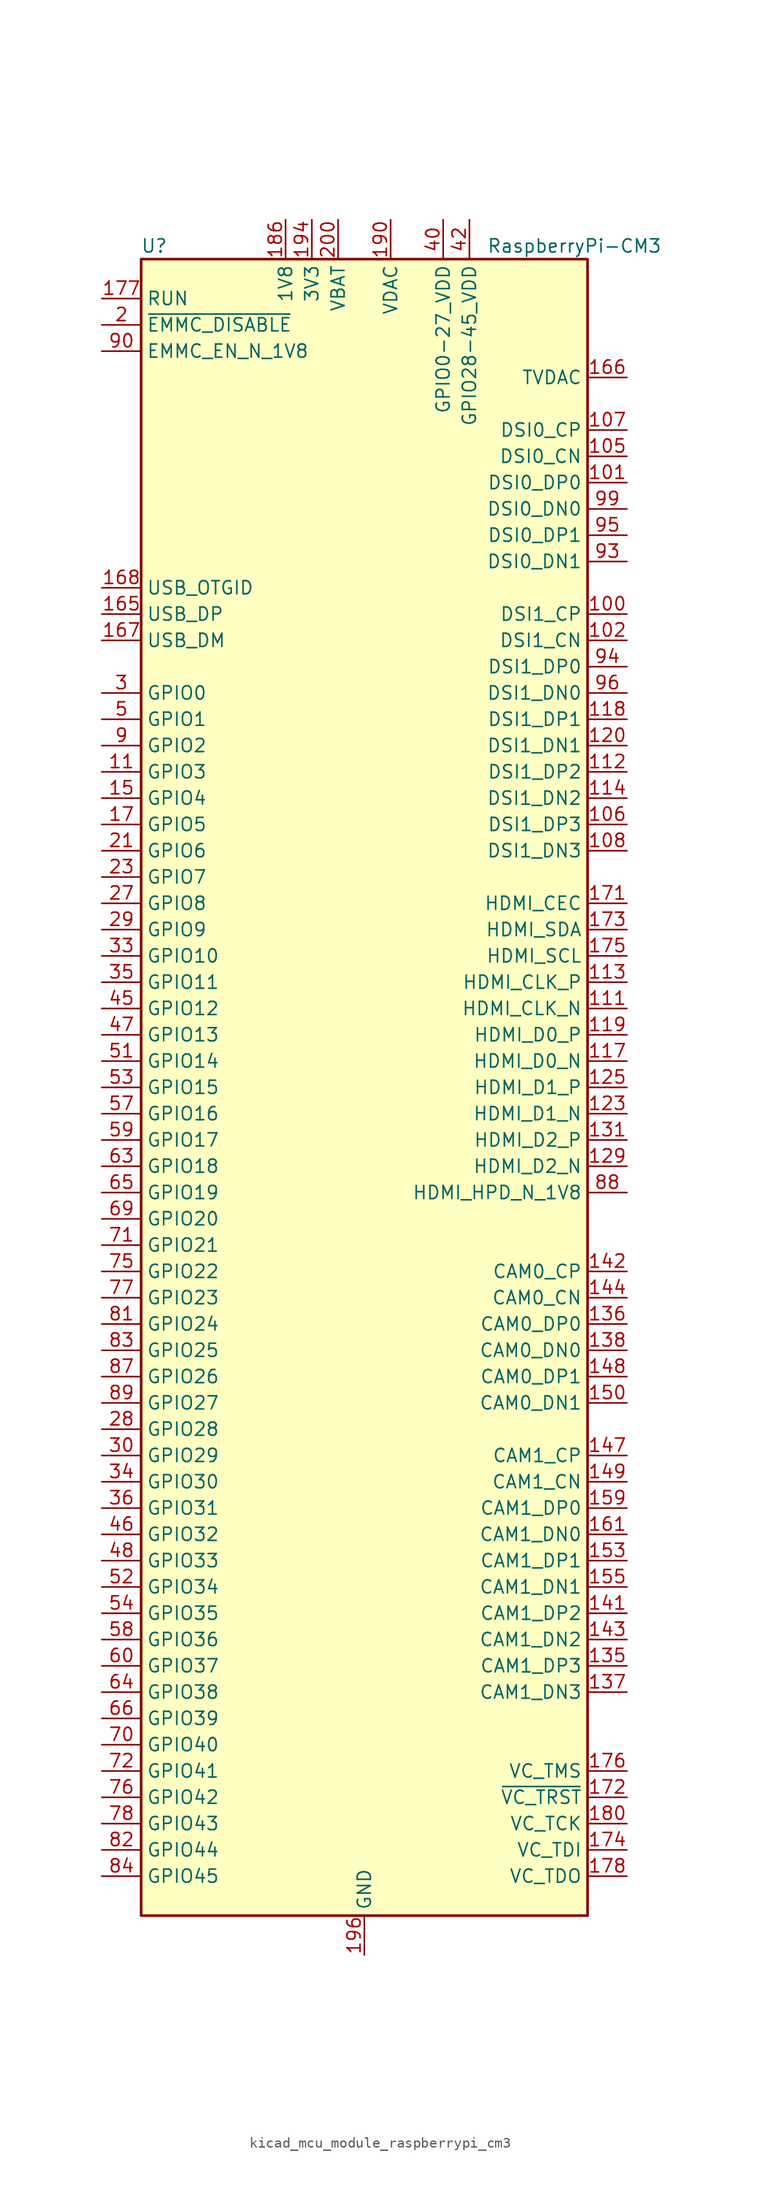
<source format=kicad_sym>
(kicad_symbol_lib
  (version 20220914)
  (generator kicad_symbol_editor)
  (symbol "kicad_mcu_module_raspberrypi_cm3"
    (property "Reference" "U"
      (at -20.32 81.28 0)
      (effects (font (size 1.27 1.27))))
    (property "Value" "RaspberryPi-CM3"
      (at 20.32 81.28 0)
      (effects (font (size 1.27 1.27))))
    (symbol "kicad_mcu_module_raspberrypi_cm3_0_1"
      (rectangle (start -21.59 80.01) (end 21.59 -80.01) (stroke (width 0.254) (type default)) (fill (type background))))
    (symbol "kicad_mcu_module_raspberrypi_cm3_1_1"
      (pin passive line (at 0 -83.82 90) (length 3.81) hide (name "GND" (effects (font (size 1.27 1.27)))) (number "1" (effects (font (size 1.27 1.27)))))
      (pin no_connect line (at -20.32 66.04 0) (length 2.54) hide (name "NC" (effects (font (size 1.27 1.27)))) (number "10" (effects (font (size 1.27 1.27)))))
      (pin output line (at 25.4 45.72 180) (length 3.81) (name "DSI1_CP" (effects (font (size 1.27 1.27)))) (number "100" (effects (font (size 1.27 1.27)))))
      (pin output line (at 25.4 58.42 180) (length 3.81) (name "DSI0_DP0" (effects (font (size 1.27 1.27)))) (number "101" (effects (font (size 1.27 1.27)))))
      (pin output line (at 25.4 43.18 180) (length 3.81) (name "DSI1_CN" (effects (font (size 1.27 1.27)))) (number "102" (effects (font (size 1.27 1.27)))))
      (pin passive line (at 0 -83.82 90) (length 3.81) hide (name "GND" (effects (font (size 1.27 1.27)))) (number "103" (effects (font (size 1.27 1.27)))))
      (pin passive line (at 0 -83.82 90) (length 3.81) hide (name "GND" (effects (font (size 1.27 1.27)))) (number "104" (effects (font (size 1.27 1.27)))))
      (pin output line (at 25.4 60.96 180) (length 3.81) (name "DSI0_CN" (effects (font (size 1.27 1.27)))) (number "105" (effects (font (size 1.27 1.27)))))
      (pin output line (at 25.4 25.4 180) (length 3.81) (name "DSI1_DP3" (effects (font (size 1.27 1.27)))) (number "106" (effects (font (size 1.27 1.27)))))
      (pin output line (at 25.4 63.5 180) (length 3.81) (name "DSI0_CP" (effects (font (size 1.27 1.27)))) (number "107" (effects (font (size 1.27 1.27)))))
      (pin output line (at 25.4 22.86 180) (length 3.81) (name "DSI1_DN3" (effects (font (size 1.27 1.27)))) (number "108" (effects (font (size 1.27 1.27)))))
      (pin passive line (at 0 -83.82 90) (length 3.81) hide (name "GND" (effects (font (size 1.27 1.27)))) (number "109" (effects (font (size 1.27 1.27)))))
      (pin bidirectional line (at -25.4 30.48 0) (length 3.81) (name "GPIO3" (effects (font (size 1.27 1.27)))) (number "11" (effects (font (size 1.27 1.27)))))
      (pin passive line (at 0 -83.82 90) (length 3.81) hide (name "GND" (effects (font (size 1.27 1.27)))) (number "110" (effects (font (size 1.27 1.27)))))
      (pin output line (at 25.4 7.62 180) (length 3.81) (name "HDMI_CLK_N" (effects (font (size 1.27 1.27)))) (number "111" (effects (font (size 1.27 1.27)))))
      (pin output line (at 25.4 30.48 180) (length 3.81) (name "DSI1_DP2" (effects (font (size 1.27 1.27)))) (number "112" (effects (font (size 1.27 1.27)))))
      (pin output line (at 25.4 10.16 180) (length 3.81) (name "HDMI_CLK_P" (effects (font (size 1.27 1.27)))) (number "113" (effects (font (size 1.27 1.27)))))
      (pin output line (at 25.4 27.94 180) (length 3.81) (name "DSI1_DN2" (effects (font (size 1.27 1.27)))) (number "114" (effects (font (size 1.27 1.27)))))
      (pin passive line (at 0 -83.82 90) (length 3.81) hide (name "GND" (effects (font (size 1.27 1.27)))) (number "115" (effects (font (size 1.27 1.27)))))
      (pin passive line (at 0 -83.82 90) (length 3.81) hide (name "GND" (effects (font (size 1.27 1.27)))) (number "116" (effects (font (size 1.27 1.27)))))
      (pin output line (at 25.4 2.54 180) (length 3.81) (name "HDMI_D0_N" (effects (font (size 1.27 1.27)))) (number "117" (effects (font (size 1.27 1.27)))))
      (pin output line (at 25.4 35.56 180) (length 3.81) (name "DSI1_DP1" (effects (font (size 1.27 1.27)))) (number "118" (effects (font (size 1.27 1.27)))))
      (pin output line (at 25.4 5.08 180) (length 3.81) (name "HDMI_D0_P" (effects (font (size 1.27 1.27)))) (number "119" (effects (font (size 1.27 1.27)))))
      (pin no_connect line (at -20.32 63.5 0) (length 2.54) hide (name "NC" (effects (font (size 1.27 1.27)))) (number "12" (effects (font (size 1.27 1.27)))))
      (pin output line (at 25.4 33.02 180) (length 3.81) (name "DSI1_DN1" (effects (font (size 1.27 1.27)))) (number "120" (effects (font (size 1.27 1.27)))))
      (pin passive line (at 0 -83.82 90) (length 3.81) hide (name "GND" (effects (font (size 1.27 1.27)))) (number "121" (effects (font (size 1.27 1.27)))))
      (pin passive line (at 0 -83.82 90) (length 3.81) hide (name "GND" (effects (font (size 1.27 1.27)))) (number "122" (effects (font (size 1.27 1.27)))))
      (pin output line (at 25.4 -2.54 180) (length 3.81) (name "HDMI_D1_N" (effects (font (size 1.27 1.27)))) (number "123" (effects (font (size 1.27 1.27)))))
      (pin no_connect line (at 20.32 76.2 180) (length 2.54) hide (name "NC" (effects (font (size 1.27 1.27)))) (number "124" (effects (font (size 1.27 1.27)))))
      (pin output line (at 25.4 0 180) (length 3.81) (name "HDMI_D1_P" (effects (font (size 1.27 1.27)))) (number "125" (effects (font (size 1.27 1.27)))))
      (pin no_connect line (at 20.32 73.66 180) (length 2.54) hide (name "NC" (effects (font (size 1.27 1.27)))) (number "126" (effects (font (size 1.27 1.27)))))
      (pin passive line (at 0 -83.82 90) (length 3.81) hide (name "GND" (effects (font (size 1.27 1.27)))) (number "127" (effects (font (size 1.27 1.27)))))
      (pin no_connect line (at 20.32 71.12 180) (length 2.54) hide (name "NC" (effects (font (size 1.27 1.27)))) (number "128" (effects (font (size 1.27 1.27)))))
      (pin output line (at 25.4 -7.62 180) (length 3.81) (name "HDMI_D2_N" (effects (font (size 1.27 1.27)))) (number "129" (effects (font (size 1.27 1.27)))))
      (pin passive line (at 0 -83.82 90) (length 3.81) hide (name "GND" (effects (font (size 1.27 1.27)))) (number "13" (effects (font (size 1.27 1.27)))))
      (pin no_connect line (at 20.32 66.04 180) (length 2.54) hide (name "NC" (effects (font (size 1.27 1.27)))) (number "130" (effects (font (size 1.27 1.27)))))
      (pin output line (at 25.4 -5.08 180) (length 3.81) (name "HDMI_D2_P" (effects (font (size 1.27 1.27)))) (number "131" (effects (font (size 1.27 1.27)))))
      (pin no_connect line (at 20.32 48.26 180) (length 2.54) hide (name "NC" (effects (font (size 1.27 1.27)))) (number "132" (effects (font (size 1.27 1.27)))))
      (pin passive line (at 0 -83.82 90) (length 3.81) hide (name "GND" (effects (font (size 1.27 1.27)))) (number "133" (effects (font (size 1.27 1.27)))))
      (pin passive line (at 0 -83.82 90) (length 3.81) hide (name "GND" (effects (font (size 1.27 1.27)))) (number "134" (effects (font (size 1.27 1.27)))))
      (pin input line (at 25.4 -55.88 180) (length 3.81) (name "CAM1_DP3" (effects (font (size 1.27 1.27)))) (number "135" (effects (font (size 1.27 1.27)))))
      (pin input line (at 25.4 -22.86 180) (length 3.81) (name "CAM0_DP0" (effects (font (size 1.27 1.27)))) (number "136" (effects (font (size 1.27 1.27)))))
      (pin input line (at 25.4 -58.42 180) (length 3.81) (name "CAM1_DN3" (effects (font (size 1.27 1.27)))) (number "137" (effects (font (size 1.27 1.27)))))
      (pin input line (at 25.4 -25.4 180) (length 3.81) (name "CAM0_DN0" (effects (font (size 1.27 1.27)))) (number "138" (effects (font (size 1.27 1.27)))))
      (pin passive line (at 0 -83.82 90) (length 3.81) hide (name "GND" (effects (font (size 1.27 1.27)))) (number "139" (effects (font (size 1.27 1.27)))))
      (pin passive line (at 0 -83.82 90) (length 3.81) hide (name "GND" (effects (font (size 1.27 1.27)))) (number "14" (effects (font (size 1.27 1.27)))))
      (pin passive line (at 0 -83.82 90) (length 3.81) hide (name "GND" (effects (font (size 1.27 1.27)))) (number "140" (effects (font (size 1.27 1.27)))))
      (pin input line (at 25.4 -50.8 180) (length 3.81) (name "CAM1_DP2" (effects (font (size 1.27 1.27)))) (number "141" (effects (font (size 1.27 1.27)))))
      (pin input line (at 25.4 -17.78 180) (length 3.81) (name "CAM0_CP" (effects (font (size 1.27 1.27)))) (number "142" (effects (font (size 1.27 1.27)))))
      (pin input line (at 25.4 -53.34 180) (length 3.81) (name "CAM1_DN2" (effects (font (size 1.27 1.27)))) (number "143" (effects (font (size 1.27 1.27)))))
      (pin input line (at 25.4 -20.32 180) (length 3.81) (name "CAM0_CN" (effects (font (size 1.27 1.27)))) (number "144" (effects (font (size 1.27 1.27)))))
      (pin passive line (at 0 -83.82 90) (length 3.81) hide (name "GND" (effects (font (size 1.27 1.27)))) (number "145" (effects (font (size 1.27 1.27)))))
      (pin passive line (at 0 -83.82 90) (length 3.81) hide (name "GND" (effects (font (size 1.27 1.27)))) (number "146" (effects (font (size 1.27 1.27)))))
      (pin input line (at 25.4 -35.56 180) (length 3.81) (name "CAM1_CP" (effects (font (size 1.27 1.27)))) (number "147" (effects (font (size 1.27 1.27)))))
      (pin input line (at 25.4 -27.94 180) (length 3.81) (name "CAM0_DP1" (effects (font (size 1.27 1.27)))) (number "148" (effects (font (size 1.27 1.27)))))
      (pin input line (at 25.4 -38.1 180) (length 3.81) (name "CAM1_CN" (effects (font (size 1.27 1.27)))) (number "149" (effects (font (size 1.27 1.27)))))
      (pin bidirectional line (at -25.4 27.94 0) (length 3.81) (name "GPIO4" (effects (font (size 1.27 1.27)))) (number "15" (effects (font (size 1.27 1.27)))))
      (pin input line (at 25.4 -30.48 180) (length 3.81) (name "CAM0_DN1" (effects (font (size 1.27 1.27)))) (number "150" (effects (font (size 1.27 1.27)))))
      (pin passive line (at 0 -83.82 90) (length 3.81) hide (name "GND" (effects (font (size 1.27 1.27)))) (number "151" (effects (font (size 1.27 1.27)))))
      (pin passive line (at 0 -83.82 90) (length 3.81) hide (name "GND" (effects (font (size 1.27 1.27)))) (number "152" (effects (font (size 1.27 1.27)))))
      (pin input line (at 25.4 -45.72 180) (length 3.81) (name "CAM1_DP1" (effects (font (size 1.27 1.27)))) (number "153" (effects (font (size 1.27 1.27)))))
      (pin no_connect line (at 20.32 -15.24 180) (length 2.54) hide (name "NC" (effects (font (size 1.27 1.27)))) (number "154" (effects (font (size 1.27 1.27)))))
      (pin input line (at 25.4 -48.26 180) (length 3.81) (name "CAM1_DN1" (effects (font (size 1.27 1.27)))) (number "155" (effects (font (size 1.27 1.27)))))
      (pin no_connect line (at 20.32 -12.7 180) (length 2.54) hide (name "NC" (effects (font (size 1.27 1.27)))) (number "156" (effects (font (size 1.27 1.27)))))
      (pin passive line (at 0 -83.82 90) (length 3.81) hide (name "GND" (effects (font (size 1.27 1.27)))) (number "157" (effects (font (size 1.27 1.27)))))
      (pin no_connect line (at 20.32 20.32 180) (length 2.54) hide (name "NC" (effects (font (size 1.27 1.27)))) (number "158" (effects (font (size 1.27 1.27)))))
      (pin input line (at 25.4 -40.64 180) (length 3.81) (name "CAM1_DP0" (effects (font (size 1.27 1.27)))) (number "159" (effects (font (size 1.27 1.27)))))
      (pin no_connect line (at -20.32 60.96 0) (length 2.54) hide (name "NC" (effects (font (size 1.27 1.27)))) (number "16" (effects (font (size 1.27 1.27)))))
      (pin no_connect line (at 20.32 -60.96 180) (length 2.54) hide (name "NC" (effects (font (size 1.27 1.27)))) (number "160" (effects (font (size 1.27 1.27)))))
      (pin input line (at 25.4 -43.18 180) (length 3.81) (name "CAM1_DN0" (effects (font (size 1.27 1.27)))) (number "161" (effects (font (size 1.27 1.27)))))
      (pin no_connect line (at 20.32 -63.5 180) (length 2.54) hide (name "NC" (effects (font (size 1.27 1.27)))) (number "162" (effects (font (size 1.27 1.27)))))
      (pin passive line (at 0 -83.82 90) (length 3.81) hide (name "GND" (effects (font (size 1.27 1.27)))) (number "163" (effects (font (size 1.27 1.27)))))
      (pin passive line (at 0 -83.82 90) (length 3.81) hide (name "GND" (effects (font (size 1.27 1.27)))) (number "164" (effects (font (size 1.27 1.27)))))
      (pin bidirectional line (at -25.4 45.72 0) (length 3.81) (name "USB_DP" (effects (font (size 1.27 1.27)))) (number "165" (effects (font (size 1.27 1.27)))))
      (pin output line (at 25.4 68.58 180) (length 3.81) (name "TVDAC" (effects (font (size 1.27 1.27)))) (number "166" (effects (font (size 1.27 1.27)))))
      (pin bidirectional line (at -25.4 43.18 0) (length 3.81) (name "USB_DM" (effects (font (size 1.27 1.27)))) (number "167" (effects (font (size 1.27 1.27)))))
      (pin passive line (at -25.4 48.26 0) (length 3.81) (name "USB_OTGID" (effects (font (size 1.27 1.27)))) (number "168" (effects (font (size 1.27 1.27)))))
      (pin passive line (at 0 -83.82 90) (length 3.81) hide (name "GND" (effects (font (size 1.27 1.27)))) (number "169" (effects (font (size 1.27 1.27)))))
      (pin bidirectional line (at -25.4 25.4 0) (length 3.81) (name "GPIO5" (effects (font (size 1.27 1.27)))) (number "17" (effects (font (size 1.27 1.27)))))
      (pin passive line (at 0 -83.82 90) (length 3.81) hide (name "GND" (effects (font (size 1.27 1.27)))) (number "170" (effects (font (size 1.27 1.27)))))
      (pin bidirectional line (at 25.4 17.78 180) (length 3.81) (name "HDMI_CEC" (effects (font (size 1.27 1.27)))) (number "171" (effects (font (size 1.27 1.27)))))
      (pin input line (at 25.4 -68.58 180) (length 3.81) (name "~{VC_TRST}" (effects (font (size 1.27 1.27)))) (number "172" (effects (font (size 1.27 1.27)))))
      (pin bidirectional line (at 25.4 15.24 180) (length 3.81) (name "HDMI_SDA" (effects (font (size 1.27 1.27)))) (number "173" (effects (font (size 1.27 1.27)))))
      (pin input line (at 25.4 -73.66 180) (length 3.81) (name "VC_TDI" (effects (font (size 1.27 1.27)))) (number "174" (effects (font (size 1.27 1.27)))))
      (pin bidirectional line (at 25.4 12.7 180) (length 3.81) (name "HDMI_SCL" (effects (font (size 1.27 1.27)))) (number "175" (effects (font (size 1.27 1.27)))))
      (pin input line (at 25.4 -66.04 180) (length 3.81) (name "VC_TMS" (effects (font (size 1.27 1.27)))) (number "176" (effects (font (size 1.27 1.27)))))
      (pin input line (at -25.4 76.2 0) (length 3.81) (name "RUN" (effects (font (size 1.27 1.27)))) (number "177" (effects (font (size 1.27 1.27)))))
      (pin output line (at 25.4 -76.2 180) (length 3.81) (name "VC_TDO" (effects (font (size 1.27 1.27)))) (number "178" (effects (font (size 1.27 1.27)))))
      (pin no_connect line (at 0 78.74 270) (length 2.54) hide (name "VDD_CORE_(DO_NOT_CONNECT)" (effects (font (size 1.27 1.27)))) (number "179" (effects (font (size 1.27 1.27)))))
      (pin no_connect line (at -20.32 58.42 0) (length 2.54) hide (name "NC" (effects (font (size 1.27 1.27)))) (number "18" (effects (font (size 1.27 1.27)))))
      (pin input line (at 25.4 -71.12 180) (length 3.81) (name "VC_TCK" (effects (font (size 1.27 1.27)))) (number "180" (effects (font (size 1.27 1.27)))))
      (pin passive line (at 0 -83.82 90) (length 3.81) hide (name "GND" (effects (font (size 1.27 1.27)))) (number "181" (effects (font (size 1.27 1.27)))))
      (pin passive line (at 0 -83.82 90) (length 3.81) hide (name "GND" (effects (font (size 1.27 1.27)))) (number "182" (effects (font (size 1.27 1.27)))))
      (pin passive line (at -7.62 83.82 270) (length 3.81) hide (name "1V8" (effects (font (size 1.27 1.27)))) (number "183" (effects (font (size 1.27 1.27)))))
      (pin passive line (at -7.62 83.82 270) (length 3.81) hide (name "1V8" (effects (font (size 1.27 1.27)))) (number "184" (effects (font (size 1.27 1.27)))))
      (pin passive line (at -7.62 83.82 270) (length 3.81) hide (name "1V8" (effects (font (size 1.27 1.27)))) (number "185" (effects (font (size 1.27 1.27)))))
      (pin power_in line (at -7.62 83.82 270) (length 3.81) (name "1V8" (effects (font (size 1.27 1.27)))) (number "186" (effects (font (size 1.27 1.27)))))
      (pin passive line (at 0 -83.82 90) (length 3.81) hide (name "GND" (effects (font (size 1.27 1.27)))) (number "187" (effects (font (size 1.27 1.27)))))
      (pin passive line (at 0 -83.82 90) (length 3.81) hide (name "GND" (effects (font (size 1.27 1.27)))) (number "188" (effects (font (size 1.27 1.27)))))
      (pin passive line (at 2.54 83.82 270) (length 3.81) hide (name "VDAC" (effects (font (size 1.27 1.27)))) (number "189" (effects (font (size 1.27 1.27)))))
      (pin passive line (at 0 -83.82 90) (length 3.81) hide (name "GND" (effects (font (size 1.27 1.27)))) (number "19" (effects (font (size 1.27 1.27)))))
      (pin power_in line (at 2.54 83.82 270) (length 3.81) (name "VDAC" (effects (font (size 1.27 1.27)))) (number "190" (effects (font (size 1.27 1.27)))))
      (pin passive line (at -5.08 83.82 270) (length 3.81) hide (name "3V3" (effects (font (size 1.27 1.27)))) (number "191" (effects (font (size 1.27 1.27)))))
      (pin passive line (at -5.08 83.82 270) (length 3.81) hide (name "3V3" (effects (font (size 1.27 1.27)))) (number "192" (effects (font (size 1.27 1.27)))))
      (pin passive line (at -5.08 83.82 270) (length 3.81) hide (name "3V3" (effects (font (size 1.27 1.27)))) (number "193" (effects (font (size 1.27 1.27)))))
      (pin power_in line (at -5.08 83.82 270) (length 3.81) (name "3V3" (effects (font (size 1.27 1.27)))) (number "194" (effects (font (size 1.27 1.27)))))
      (pin passive line (at 0 -83.82 90) (length 3.81) hide (name "GND" (effects (font (size 1.27 1.27)))) (number "195" (effects (font (size 1.27 1.27)))))
      (pin power_out line (at 0 -83.82 90) (length 3.81) (name "GND" (effects (font (size 1.27 1.27)))) (number "196" (effects (font (size 1.27 1.27)))))
      (pin passive line (at -2.54 83.82 270) (length 3.81) hide (name "VBAT" (effects (font (size 1.27 1.27)))) (number "197" (effects (font (size 1.27 1.27)))))
      (pin passive line (at -2.54 83.82 270) (length 3.81) hide (name "VBAT" (effects (font (size 1.27 1.27)))) (number "198" (effects (font (size 1.27 1.27)))))
      (pin passive line (at -2.54 83.82 270) (length 3.81) hide (name "VBAT" (effects (font (size 1.27 1.27)))) (number "199" (effects (font (size 1.27 1.27)))))
      (pin input line (at -25.4 73.66 0) (length 3.81) (name "~{EMMC_DISABLE}" (effects (font (size 1.27 1.27)))) (number "2" (effects (font (size 1.27 1.27)))))
      (pin passive line (at 0 -83.82 90) (length 3.81) hide (name "GND" (effects (font (size 1.27 1.27)))) (number "20" (effects (font (size 1.27 1.27)))))
      (pin power_in line (at -2.54 83.82 270) (length 3.81) (name "VBAT" (effects (font (size 1.27 1.27)))) (number "200" (effects (font (size 1.27 1.27)))))
      (pin bidirectional line (at -25.4 22.86 0) (length 3.81) (name "GPIO6" (effects (font (size 1.27 1.27)))) (number "21" (effects (font (size 1.27 1.27)))))
      (pin no_connect line (at -20.32 55.88 0) (length 2.54) hide (name "NC" (effects (font (size 1.27 1.27)))) (number "22" (effects (font (size 1.27 1.27)))))
      (pin bidirectional line (at -25.4 20.32 0) (length 3.81) (name "GPIO7" (effects (font (size 1.27 1.27)))) (number "23" (effects (font (size 1.27 1.27)))))
      (pin no_connect line (at -20.32 53.34 0) (length 2.54) hide (name "NC" (effects (font (size 1.27 1.27)))) (number "24" (effects (font (size 1.27 1.27)))))
      (pin passive line (at 0 -83.82 90) (length 3.81) hide (name "GND" (effects (font (size 1.27 1.27)))) (number "25" (effects (font (size 1.27 1.27)))))
      (pin passive line (at 0 -83.82 90) (length 3.81) hide (name "GND" (effects (font (size 1.27 1.27)))) (number "26" (effects (font (size 1.27 1.27)))))
      (pin bidirectional line (at -25.4 17.78 0) (length 3.81) (name "GPIO8" (effects (font (size 1.27 1.27)))) (number "27" (effects (font (size 1.27 1.27)))))
      (pin bidirectional line (at -25.4 -33.02 0) (length 3.81) (name "GPIO28" (effects (font (size 1.27 1.27)))) (number "28" (effects (font (size 1.27 1.27)))))
      (pin bidirectional line (at -25.4 15.24 0) (length 3.81) (name "GPIO9" (effects (font (size 1.27 1.27)))) (number "29" (effects (font (size 1.27 1.27)))))
      (pin bidirectional line (at -25.4 38.1 0) (length 3.81) (name "GPIO0" (effects (font (size 1.27 1.27)))) (number "3" (effects (font (size 1.27 1.27)))))
      (pin bidirectional line (at -25.4 -35.56 0) (length 3.81) (name "GPIO29" (effects (font (size 1.27 1.27)))) (number "30" (effects (font (size 1.27 1.27)))))
      (pin passive line (at 0 -83.82 90) (length 3.81) hide (name "GND" (effects (font (size 1.27 1.27)))) (number "31" (effects (font (size 1.27 1.27)))))
      (pin passive line (at 0 -83.82 90) (length 3.81) hide (name "GND" (effects (font (size 1.27 1.27)))) (number "32" (effects (font (size 1.27 1.27)))))
      (pin bidirectional line (at -25.4 12.7 0) (length 3.81) (name "GPIO10" (effects (font (size 1.27 1.27)))) (number "33" (effects (font (size 1.27 1.27)))))
      (pin bidirectional line (at -25.4 -38.1 0) (length 3.81) (name "GPIO30" (effects (font (size 1.27 1.27)))) (number "34" (effects (font (size 1.27 1.27)))))
      (pin bidirectional line (at -25.4 10.16 0) (length 3.81) (name "GPIO11" (effects (font (size 1.27 1.27)))) (number "35" (effects (font (size 1.27 1.27)))))
      (pin bidirectional line (at -25.4 -40.64 0) (length 3.81) (name "GPIO31" (effects (font (size 1.27 1.27)))) (number "36" (effects (font (size 1.27 1.27)))))
      (pin passive line (at 0 -83.82 90) (length 3.81) hide (name "GND" (effects (font (size 1.27 1.27)))) (number "37" (effects (font (size 1.27 1.27)))))
      (pin passive line (at 0 -83.82 90) (length 3.81) hide (name "GND" (effects (font (size 1.27 1.27)))) (number "38" (effects (font (size 1.27 1.27)))))
      (pin passive line (at 7.62 83.82 270) (length 3.81) hide (name "GPIO0-27_VDD" (effects (font (size 1.27 1.27)))) (number "39" (effects (font (size 1.27 1.27)))))
      (pin no_connect line (at 5.08 78.74 270) (length 2.54) hide (name "NC" (effects (font (size 1.27 1.27)))) (number "4" (effects (font (size 1.27 1.27)))))
      (pin power_in line (at 7.62 83.82 270) (length 3.81) (name "GPIO0-27_VDD" (effects (font (size 1.27 1.27)))) (number "40" (effects (font (size 1.27 1.27)))))
      (pin passive line (at 10.16 83.82 270) (length 3.81) hide (name "GPIO28-45_VDD" (effects (font (size 1.27 1.27)))) (number "41" (effects (font (size 1.27 1.27)))))
      (pin power_in line (at 10.16 83.82 270) (length 3.81) (name "GPIO28-45_VDD" (effects (font (size 1.27 1.27)))) (number "42" (effects (font (size 1.27 1.27)))))
      (pin passive line (at 0 -83.82 90) (length 3.81) hide (name "GND" (effects (font (size 1.27 1.27)))) (number "43" (effects (font (size 1.27 1.27)))))
      (pin passive line (at 0 -83.82 90) (length 3.81) hide (name "GND" (effects (font (size 1.27 1.27)))) (number "44" (effects (font (size 1.27 1.27)))))
      (pin bidirectional line (at -25.4 7.62 0) (length 3.81) (name "GPIO12" (effects (font (size 1.27 1.27)))) (number "45" (effects (font (size 1.27 1.27)))))
      (pin bidirectional line (at -25.4 -43.18 0) (length 3.81) (name "GPIO32" (effects (font (size 1.27 1.27)))) (number "46" (effects (font (size 1.27 1.27)))))
      (pin bidirectional line (at -25.4 5.08 0) (length 3.81) (name "GPIO13" (effects (font (size 1.27 1.27)))) (number "47" (effects (font (size 1.27 1.27)))))
      (pin bidirectional line (at -25.4 -45.72 0) (length 3.81) (name "GPIO33" (effects (font (size 1.27 1.27)))) (number "48" (effects (font (size 1.27 1.27)))))
      (pin passive line (at 0 -83.82 90) (length 3.81) hide (name "GND" (effects (font (size 1.27 1.27)))) (number "49" (effects (font (size 1.27 1.27)))))
      (pin bidirectional line (at -25.4 35.56 0) (length 3.81) (name "GPIO1" (effects (font (size 1.27 1.27)))) (number "5" (effects (font (size 1.27 1.27)))))
      (pin passive line (at 0 -83.82 90) (length 3.81) hide (name "GND" (effects (font (size 1.27 1.27)))) (number "50" (effects (font (size 1.27 1.27)))))
      (pin bidirectional line (at -25.4 2.54 0) (length 3.81) (name "GPIO14" (effects (font (size 1.27 1.27)))) (number "51" (effects (font (size 1.27 1.27)))))
      (pin bidirectional line (at -25.4 -48.26 0) (length 3.81) (name "GPIO34" (effects (font (size 1.27 1.27)))) (number "52" (effects (font (size 1.27 1.27)))))
      (pin bidirectional line (at -25.4 0 0) (length 3.81) (name "GPIO15" (effects (font (size 1.27 1.27)))) (number "53" (effects (font (size 1.27 1.27)))))
      (pin bidirectional line (at -25.4 -50.8 0) (length 3.81) (name "GPIO35" (effects (font (size 1.27 1.27)))) (number "54" (effects (font (size 1.27 1.27)))))
      (pin passive line (at 0 -83.82 90) (length 3.81) hide (name "GND" (effects (font (size 1.27 1.27)))) (number "55" (effects (font (size 1.27 1.27)))))
      (pin passive line (at 0 -83.82 90) (length 3.81) hide (name "GND" (effects (font (size 1.27 1.27)))) (number "56" (effects (font (size 1.27 1.27)))))
      (pin bidirectional line (at -25.4 -2.54 0) (length 3.81) (name "GPIO16" (effects (font (size 1.27 1.27)))) (number "57" (effects (font (size 1.27 1.27)))))
      (pin bidirectional line (at -25.4 -53.34 0) (length 3.81) (name "GPIO36" (effects (font (size 1.27 1.27)))) (number "58" (effects (font (size 1.27 1.27)))))
      (pin bidirectional line (at -25.4 -5.08 0) (length 3.81) (name "GPIO17" (effects (font (size 1.27 1.27)))) (number "59" (effects (font (size 1.27 1.27)))))
      (pin no_connect line (at 12.7 78.74 270) (length 2.54) hide (name "NC" (effects (font (size 1.27 1.27)))) (number "6" (effects (font (size 1.27 1.27)))))
      (pin bidirectional line (at -25.4 -55.88 0) (length 3.81) (name "GPIO37" (effects (font (size 1.27 1.27)))) (number "60" (effects (font (size 1.27 1.27)))))
      (pin passive line (at 0 -83.82 90) (length 3.81) hide (name "GND" (effects (font (size 1.27 1.27)))) (number "61" (effects (font (size 1.27 1.27)))))
      (pin passive line (at 0 -83.82 90) (length 3.81) hide (name "GND" (effects (font (size 1.27 1.27)))) (number "62" (effects (font (size 1.27 1.27)))))
      (pin bidirectional line (at -25.4 -7.62 0) (length 3.81) (name "GPIO18" (effects (font (size 1.27 1.27)))) (number "63" (effects (font (size 1.27 1.27)))))
      (pin bidirectional line (at -25.4 -58.42 0) (length 3.81) (name "GPIO38" (effects (font (size 1.27 1.27)))) (number "64" (effects (font (size 1.27 1.27)))))
      (pin bidirectional line (at -25.4 -10.16 0) (length 3.81) (name "GPIO19" (effects (font (size 1.27 1.27)))) (number "65" (effects (font (size 1.27 1.27)))))
      (pin bidirectional line (at -25.4 -60.96 0) (length 3.81) (name "GPIO39" (effects (font (size 1.27 1.27)))) (number "66" (effects (font (size 1.27 1.27)))))
      (pin passive line (at 0 -83.82 90) (length 3.81) hide (name "GND" (effects (font (size 1.27 1.27)))) (number "67" (effects (font (size 1.27 1.27)))))
      (pin passive line (at 0 -83.82 90) (length 3.81) hide (name "GND" (effects (font (size 1.27 1.27)))) (number "68" (effects (font (size 1.27 1.27)))))
      (pin bidirectional line (at -25.4 -12.7 0) (length 3.81) (name "GPIO20" (effects (font (size 1.27 1.27)))) (number "69" (effects (font (size 1.27 1.27)))))
      (pin passive line (at 0 -83.82 90) (length 3.81) hide (name "GND" (effects (font (size 1.27 1.27)))) (number "7" (effects (font (size 1.27 1.27)))))
      (pin bidirectional line (at -25.4 -63.5 0) (length 3.81) (name "GPIO40" (effects (font (size 1.27 1.27)))) (number "70" (effects (font (size 1.27 1.27)))))
      (pin bidirectional line (at -25.4 -15.24 0) (length 3.81) (name "GPIO21" (effects (font (size 1.27 1.27)))) (number "71" (effects (font (size 1.27 1.27)))))
      (pin bidirectional line (at -25.4 -66.04 0) (length 3.81) (name "GPIO41" (effects (font (size 1.27 1.27)))) (number "72" (effects (font (size 1.27 1.27)))))
      (pin passive line (at 0 -83.82 90) (length 3.81) hide (name "GND" (effects (font (size 1.27 1.27)))) (number "73" (effects (font (size 1.27 1.27)))))
      (pin passive line (at 0 -83.82 90) (length 3.81) hide (name "GND" (effects (font (size 1.27 1.27)))) (number "74" (effects (font (size 1.27 1.27)))))
      (pin bidirectional line (at -25.4 -17.78 0) (length 3.81) (name "GPIO22" (effects (font (size 1.27 1.27)))) (number "75" (effects (font (size 1.27 1.27)))))
      (pin bidirectional line (at -25.4 -68.58 0) (length 3.81) (name "GPIO42" (effects (font (size 1.27 1.27)))) (number "76" (effects (font (size 1.27 1.27)))))
      (pin bidirectional line (at -25.4 -20.32 0) (length 3.81) (name "GPIO23" (effects (font (size 1.27 1.27)))) (number "77" (effects (font (size 1.27 1.27)))))
      (pin bidirectional line (at -25.4 -71.12 0) (length 3.81) (name "GPIO43" (effects (font (size 1.27 1.27)))) (number "78" (effects (font (size 1.27 1.27)))))
      (pin passive line (at 0 -83.82 90) (length 3.81) hide (name "GND" (effects (font (size 1.27 1.27)))) (number "79" (effects (font (size 1.27 1.27)))))
      (pin passive line (at 0 -83.82 90) (length 3.81) hide (name "GND" (effects (font (size 1.27 1.27)))) (number "8" (effects (font (size 1.27 1.27)))))
      (pin passive line (at 0 -83.82 90) (length 3.81) hide (name "GND" (effects (font (size 1.27 1.27)))) (number "80" (effects (font (size 1.27 1.27)))))
      (pin bidirectional line (at -25.4 -22.86 0) (length 3.81) (name "GPIO24" (effects (font (size 1.27 1.27)))) (number "81" (effects (font (size 1.27 1.27)))))
      (pin bidirectional line (at -25.4 -73.66 0) (length 3.81) (name "GPIO44" (effects (font (size 1.27 1.27)))) (number "82" (effects (font (size 1.27 1.27)))))
      (pin bidirectional line (at -25.4 -25.4 0) (length 3.81) (name "GPIO25" (effects (font (size 1.27 1.27)))) (number "83" (effects (font (size 1.27 1.27)))))
      (pin bidirectional line (at -25.4 -76.2 0) (length 3.81) (name "GPIO45" (effects (font (size 1.27 1.27)))) (number "84" (effects (font (size 1.27 1.27)))))
      (pin passive line (at 0 -83.82 90) (length 3.81) hide (name "GND" (effects (font (size 1.27 1.27)))) (number "85" (effects (font (size 1.27 1.27)))))
      (pin passive line (at 0 -83.82 90) (length 3.81) hide (name "GND" (effects (font (size 1.27 1.27)))) (number "86" (effects (font (size 1.27 1.27)))))
      (pin bidirectional line (at -25.4 -27.94 0) (length 3.81) (name "GPIO26" (effects (font (size 1.27 1.27)))) (number "87" (effects (font (size 1.27 1.27)))))
      (pin input line (at 25.4 -10.16 180) (length 3.81) (name "HDMI_HPD_N_1V8" (effects (font (size 1.27 1.27)))) (number "88" (effects (font (size 1.27 1.27)))))
      (pin bidirectional line (at -25.4 -30.48 0) (length 3.81) (name "GPIO27" (effects (font (size 1.27 1.27)))) (number "89" (effects (font (size 1.27 1.27)))))
      (pin bidirectional line (at -25.4 33.02 0) (length 3.81) (name "GPIO2" (effects (font (size 1.27 1.27)))) (number "9" (effects (font (size 1.27 1.27)))))
      (pin output line (at -25.4 71.12 0) (length 3.81) (name "EMMC_EN_N_1V8" (effects (font (size 1.27 1.27)))) (number "90" (effects (font (size 1.27 1.27)))))
      (pin passive line (at 0 -83.82 90) (length 3.81) hide (name "GND" (effects (font (size 1.27 1.27)))) (number "91" (effects (font (size 1.27 1.27)))))
      (pin passive line (at 0 -83.82 90) (length 3.81) hide (name "GND" (effects (font (size 1.27 1.27)))) (number "92" (effects (font (size 1.27 1.27)))))
      (pin output line (at 25.4 50.8 180) (length 3.81) (name "DSI0_DN1" (effects (font (size 1.27 1.27)))) (number "93" (effects (font (size 1.27 1.27)))))
      (pin output line (at 25.4 40.64 180) (length 3.81) (name "DSI1_DP0" (effects (font (size 1.27 1.27)))) (number "94" (effects (font (size 1.27 1.27)))))
      (pin output line (at 25.4 53.34 180) (length 3.81) (name "DSI0_DP1" (effects (font (size 1.27 1.27)))) (number "95" (effects (font (size 1.27 1.27)))))
      (pin output line (at 25.4 38.1 180) (length 3.81) (name "DSI1_DN0" (effects (font (size 1.27 1.27)))) (number "96" (effects (font (size 1.27 1.27)))))
      (pin passive line (at 0 -83.82 90) (length 3.81) hide (name "GND" (effects (font (size 1.27 1.27)))) (number "97" (effects (font (size 1.27 1.27)))))
      (pin passive line (at 0 -83.82 90) (length 3.81) hide (name "GND" (effects (font (size 1.27 1.27)))) (number "98" (effects (font (size 1.27 1.27)))))
      (pin output line (at 25.4 55.88 180) (length 3.81) (name "DSI0_DN0" (effects (font (size 1.27 1.27)))) (number "99" (effects (font (size 1.27 1.27))))))))
</source>
